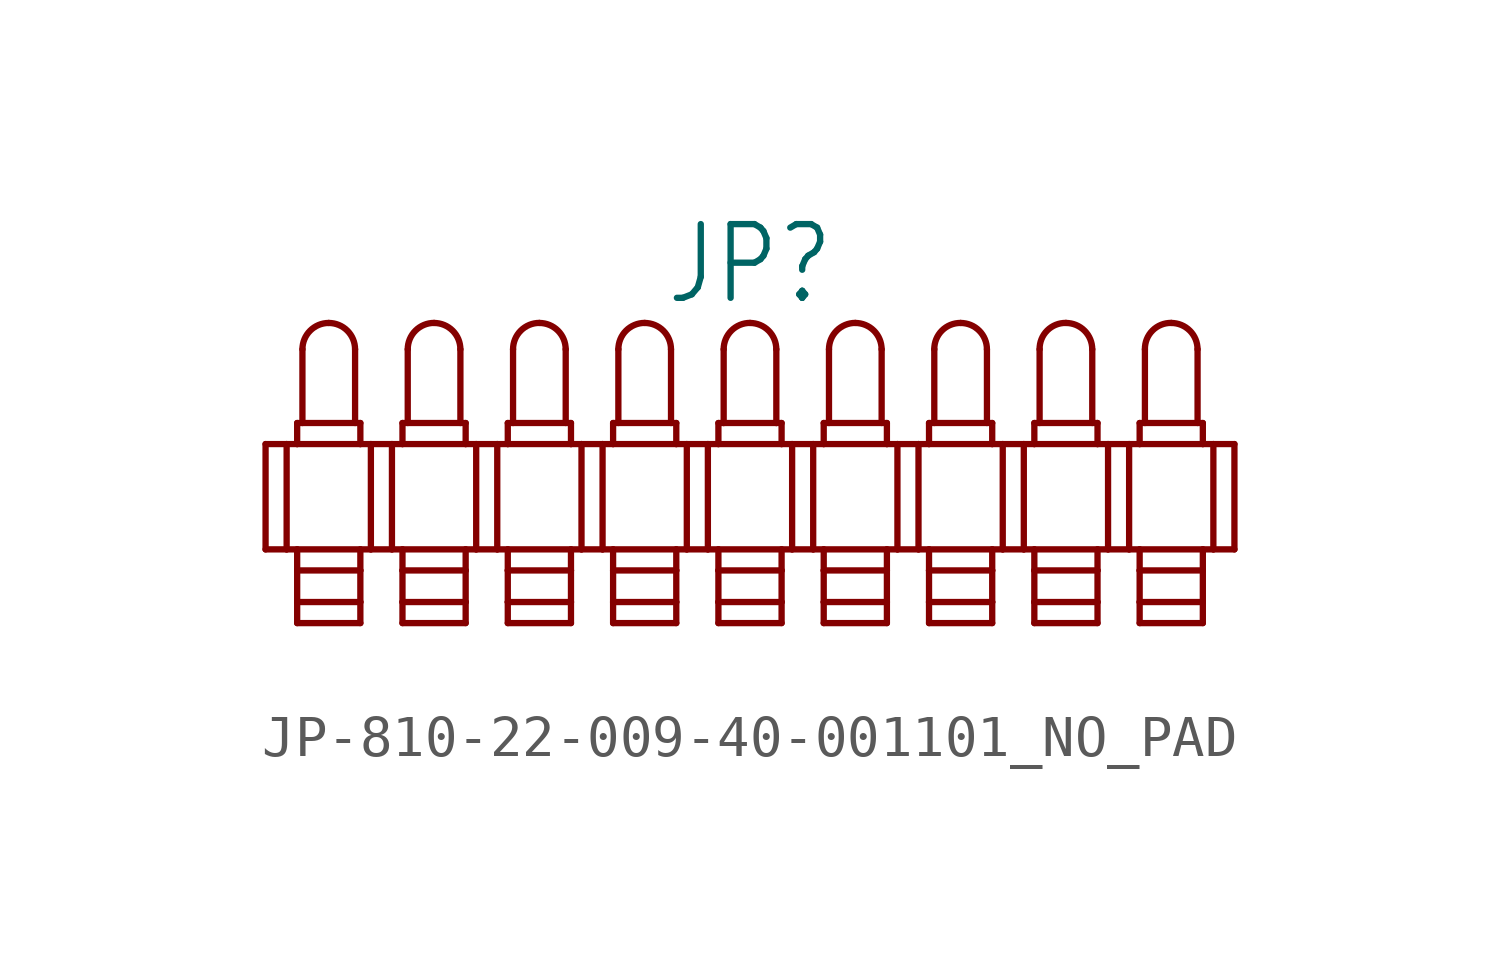
<source format=kicad_sym>
(kicad_symbol_lib
  (version 20231120)
  (generator "kicad_symbol_editor")
  (generator_version "8.0")
  (symbol "JP-810-22-009-40-001101_NO_PAD"
    (property "Reference" "JP"
      (at 0 4.572 0)
      (effects (font (size 1.778 1.511)) (justify bottom)))
    (property "Value" ""
      (at 0 -3.302 0)
      (effects (font (size 1.778 1.511)) (justify top)))
    (property "ki_locked" ""
      (at 0 0 0)
      (effects (font (size 1.27 1.27))))
    (symbol "JP-810-22-009-40-001101_NO_PAD_1_0"
      (arc (start -10.16 4.191) (mid -10.609 4.005) (end -10.795 3.556) (stroke (width 0.1524) (type solid)) (fill (type none)))
      (arc (start -9.525 3.556) (mid -9.711 4.005) (end -10.16 4.191) (stroke (width 0.1524) (type solid)) (fill (type none)))
      (arc (start -7.62 4.191) (mid -8.069 4.005) (end -8.255 3.556) (stroke (width 0.1524) (type solid)) (fill (type none)))
      (arc (start -6.985 3.556) (mid -7.171 4.005) (end -7.62 4.191) (stroke (width 0.1524) (type solid)) (fill (type none)))
      (arc (start -5.08 4.191) (mid -5.529 4.005) (end -5.715 3.556) (stroke (width 0.1524) (type solid)) (fill (type none)))
      (arc (start -4.445 3.556) (mid -4.631 4.005) (end -5.08 4.191) (stroke (width 0.1524) (type solid)) (fill (type none)))
      (arc (start -2.54 4.191) (mid -2.989 4.005) (end -3.175 3.556) (stroke (width 0.1524) (type solid)) (fill (type none)))
      (arc (start -1.905 3.556) (mid -2.091 4.005) (end -2.54 4.191) (stroke (width 0.1524) (type solid)) (fill (type none)))
      (polyline (pts (xy -11.684 -1.27) (xy -11.684 1.27)) (stroke (width 0.152) (type solid)) (fill (type none)))
      (polyline (pts (xy -11.684 -1.27) (xy -11.176 -1.27)) (stroke (width 0.152) (type solid)) (fill (type none)))
      (polyline (pts (xy -11.684 1.27) (xy -11.176 1.27)) (stroke (width 0.152) (type solid)) (fill (type none)))
      (polyline (pts (xy -11.176 -1.27) (xy -10.922 -1.27)) (stroke (width 0.152) (type solid)) (fill (type none)))
      (polyline (pts (xy -11.176 1.27) (xy -11.176 -1.27)) (stroke (width 0.152) (type solid)) (fill (type none)))
      (polyline (pts (xy -10.922 -3.048) (xy -9.398 -3.048)) (stroke (width 0.152) (type solid)) (fill (type none)))
      (polyline (pts (xy -10.922 -2.54) (xy -10.922 -3.048)) (stroke (width 0.152) (type solid)) (fill (type none)))
      (polyline (pts (xy -10.922 -2.54) (xy -9.398 -2.54)) (stroke (width 0.152) (type solid)) (fill (type none)))
      (polyline (pts (xy -10.922 -1.778) (xy -10.922 -2.54)) (stroke (width 0.152) (type solid)) (fill (type none)))
      (polyline (pts (xy -10.922 -1.778) (xy -9.398 -1.778)) (stroke (width 0.152) (type solid)) (fill (type none)))
      (polyline (pts (xy -10.922 -1.27) (xy -10.922 -1.778)) (stroke (width 0.152) (type solid)) (fill (type none)))
      (polyline (pts (xy -10.922 -1.27) (xy -9.398 -1.27)) (stroke (width 0.152) (type solid)) (fill (type none)))
      (polyline (pts (xy -10.922 1.27) (xy -11.176 1.27)) (stroke (width 0.152) (type solid)) (fill (type none)))
      (polyline (pts (xy -10.922 1.27) (xy -10.922 1.778)) (stroke (width 0.152) (type solid)) (fill (type none)))
      (polyline (pts (xy -10.922 1.778) (xy -9.398 1.778)) (stroke (width 0.152) (type solid)) (fill (type none)))
      (polyline (pts (xy -10.795 1.778) (xy -10.795 3.556)) (stroke (width 0.152) (type solid)) (fill (type none)))
      (polyline (pts (xy -9.525 1.778) (xy -9.525 3.556)) (stroke (width 0.152) (type solid)) (fill (type none)))
      (polyline (pts (xy -9.398 -3.048) (xy -9.398 -2.54)) (stroke (width 0.152) (type solid)) (fill (type none)))
      (polyline (pts (xy -9.398 -2.54) (xy -9.398 -1.778)) (stroke (width 0.152) (type solid)) (fill (type none)))
      (polyline (pts (xy -9.398 -1.778) (xy -9.398 -1.27)) (stroke (width 0.152) (type solid)) (fill (type none)))
      (polyline (pts (xy -9.398 -1.27) (xy -9.144 -1.27)) (stroke (width 0.152) (type solid)) (fill (type none)))
      (polyline (pts (xy -9.398 1.27) (xy -10.922 1.27)) (stroke (width 0.152) (type solid)) (fill (type none)))
      (polyline (pts (xy -9.398 1.778) (xy -9.398 1.27)) (stroke (width 0.152) (type solid)) (fill (type none)))
      (polyline (pts (xy -9.144 -1.27) (xy -9.144 1.27)) (stroke (width 0.152) (type solid)) (fill (type none)))
      (polyline (pts (xy -9.144 -1.27) (xy -8.636 -1.27)) (stroke (width 0.152) (type solid)) (fill (type none)))
      (polyline (pts (xy -9.144 1.27) (xy -9.398 1.27)) (stroke (width 0.152) (type solid)) (fill (type none)))
      (polyline (pts (xy -9.144 1.27) (xy -8.636 1.27)) (stroke (width 0.152) (type solid)) (fill (type none)))
      (polyline (pts (xy -8.636 -1.27) (xy -8.382 -1.27)) (stroke (width 0.152) (type solid)) (fill (type none)))
      (polyline (pts (xy -8.636 1.27) (xy -8.636 -1.27)) (stroke (width 0.152) (type solid)) (fill (type none)))
      (polyline (pts (xy -8.382 -3.048) (xy -6.858 -3.048)) (stroke (width 0.152) (type solid)) (fill (type none)))
      (polyline (pts (xy -8.382 -2.54) (xy -8.382 -3.048)) (stroke (width 0.152) (type solid)) (fill (type none)))
      (polyline (pts (xy -8.382 -2.54) (xy -6.858 -2.54)) (stroke (width 0.152) (type solid)) (fill (type none)))
      (polyline (pts (xy -8.382 -1.778) (xy -8.382 -2.54)) (stroke (width 0.152) (type solid)) (fill (type none)))
      (polyline (pts (xy -8.382 -1.778) (xy -6.858 -1.778)) (stroke (width 0.152) (type solid)) (fill (type none)))
      (polyline (pts (xy -8.382 -1.27) (xy -8.382 -1.778)) (stroke (width 0.152) (type solid)) (fill (type none)))
      (polyline (pts (xy -8.382 -1.27) (xy -6.858 -1.27)) (stroke (width 0.152) (type solid)) (fill (type none)))
      (polyline (pts (xy -8.382 1.27) (xy -8.636 1.27)) (stroke (width 0.152) (type solid)) (fill (type none)))
      (polyline (pts (xy -8.382 1.27) (xy -8.382 1.778)) (stroke (width 0.152) (type solid)) (fill (type none)))
      (polyline (pts (xy -8.382 1.778) (xy -6.858 1.778)) (stroke (width 0.152) (type solid)) (fill (type none)))
      (polyline (pts (xy -8.255 1.778) (xy -8.255 3.556)) (stroke (width 0.152) (type solid)) (fill (type none)))
      (polyline (pts (xy -6.985 1.778) (xy -6.985 3.556)) (stroke (width 0.152) (type solid)) (fill (type none)))
      (polyline (pts (xy -6.858 -3.048) (xy -6.858 -2.54)) (stroke (width 0.152) (type solid)) (fill (type none)))
      (polyline (pts (xy -6.858 -2.54) (xy -6.858 -1.778)) (stroke (width 0.152) (type solid)) (fill (type none)))
      (polyline (pts (xy -6.858 -1.778) (xy -6.858 -1.27)) (stroke (width 0.152) (type solid)) (fill (type none)))
      (polyline (pts (xy -6.858 -1.27) (xy -6.604 -1.27)) (stroke (width 0.152) (type solid)) (fill (type none)))
      (polyline (pts (xy -6.858 1.27) (xy -8.382 1.27)) (stroke (width 0.152) (type solid)) (fill (type none)))
      (polyline (pts (xy -6.858 1.778) (xy -6.858 1.27)) (stroke (width 0.152) (type solid)) (fill (type none)))
      (polyline (pts (xy -6.604 -1.27) (xy -6.604 1.27)) (stroke (width 0.152) (type solid)) (fill (type none)))
      (polyline (pts (xy -6.604 -1.27) (xy -6.096 -1.27)) (stroke (width 0.152) (type solid)) (fill (type none)))
      (polyline (pts (xy -6.604 1.27) (xy -6.858 1.27)) (stroke (width 0.152) (type solid)) (fill (type none)))
      (polyline (pts (xy -6.604 1.27) (xy -6.096 1.27)) (stroke (width 0.152) (type solid)) (fill (type none)))
      (polyline (pts (xy -6.096 -1.27) (xy -5.842 -1.27)) (stroke (width 0.152) (type solid)) (fill (type none)))
      (polyline (pts (xy -6.096 1.27) (xy -6.096 -1.27)) (stroke (width 0.152) (type solid)) (fill (type none)))
      (polyline (pts (xy -5.842 -3.048) (xy -4.318 -3.048)) (stroke (width 0.152) (type solid)) (fill (type none)))
      (polyline (pts (xy -5.842 -2.54) (xy -5.842 -3.048)) (stroke (width 0.152) (type solid)) (fill (type none)))
      (polyline (pts (xy -5.842 -2.54) (xy -4.318 -2.54)) (stroke (width 0.152) (type solid)) (fill (type none)))
      (polyline (pts (xy -5.842 -1.778) (xy -5.842 -2.54)) (stroke (width 0.152) (type solid)) (fill (type none)))
      (polyline (pts (xy -5.842 -1.778) (xy -4.318 -1.778)) (stroke (width 0.152) (type solid)) (fill (type none)))
      (polyline (pts (xy -5.842 -1.27) (xy -5.842 -1.778)) (stroke (width 0.152) (type solid)) (fill (type none)))
      (polyline (pts (xy -5.842 -1.27) (xy -4.318 -1.27)) (stroke (width 0.152) (type solid)) (fill (type none)))
      (polyline (pts (xy -5.842 1.27) (xy -6.096 1.27)) (stroke (width 0.152) (type solid)) (fill (type none)))
      (polyline (pts (xy -5.842 1.27) (xy -5.842 1.778)) (stroke (width 0.152) (type solid)) (fill (type none)))
      (polyline (pts (xy -5.842 1.778) (xy -4.318 1.778)) (stroke (width 0.152) (type solid)) (fill (type none)))
      (polyline (pts (xy -5.715 1.778) (xy -5.715 3.556)) (stroke (width 0.152) (type solid)) (fill (type none)))
      (polyline (pts (xy -4.445 1.778) (xy -4.445 3.556)) (stroke (width 0.152) (type solid)) (fill (type none)))
      (polyline (pts (xy -4.318 -3.048) (xy -4.318 -2.54)) (stroke (width 0.152) (type solid)) (fill (type none)))
      (polyline (pts (xy -4.318 -2.54) (xy -4.318 -1.778)) (stroke (width 0.152) (type solid)) (fill (type none)))
      (polyline (pts (xy -4.318 -1.778) (xy -4.318 -1.27)) (stroke (width 0.152) (type solid)) (fill (type none)))
      (polyline (pts (xy -4.318 -1.27) (xy -4.064 -1.27)) (stroke (width 0.152) (type solid)) (fill (type none)))
      (polyline (pts (xy -4.318 1.27) (xy -5.842 1.27)) (stroke (width 0.152) (type solid)) (fill (type none)))
      (polyline (pts (xy -4.318 1.778) (xy -4.318 1.27)) (stroke (width 0.152) (type solid)) (fill (type none)))
      (polyline (pts (xy -4.064 -1.27) (xy -4.064 1.27)) (stroke (width 0.152) (type solid)) (fill (type none)))
      (polyline (pts (xy -4.064 -1.27) (xy -3.556 -1.27)) (stroke (width 0.152) (type solid)) (fill (type none)))
      (polyline (pts (xy -4.064 1.27) (xy -4.318 1.27)) (stroke (width 0.152) (type solid)) (fill (type none)))
      (polyline (pts (xy -4.064 1.27) (xy -3.556 1.27)) (stroke (width 0.152) (type solid)) (fill (type none)))
      (polyline (pts (xy -3.556 -1.27) (xy -3.302 -1.27)) (stroke (width 0.152) (type solid)) (fill (type none)))
      (polyline (pts (xy -3.556 1.27) (xy -3.556 -1.27)) (stroke (width 0.152) (type solid)) (fill (type none)))
      (polyline (pts (xy -3.302 -3.048) (xy -1.778 -3.048)) (stroke (width 0.152) (type solid)) (fill (type none)))
      (polyline (pts (xy -3.302 -2.54) (xy -3.302 -3.048)) (stroke (width 0.152) (type solid)) (fill (type none)))
      (polyline (pts (xy -3.302 -2.54) (xy -1.778 -2.54)) (stroke (width 0.152) (type solid)) (fill (type none)))
      (polyline (pts (xy -3.302 -1.778) (xy -3.302 -2.54)) (stroke (width 0.152) (type solid)) (fill (type none)))
      (polyline (pts (xy -3.302 -1.778) (xy -1.778 -1.778)) (stroke (width 0.152) (type solid)) (fill (type none)))
      (polyline (pts (xy -3.302 -1.27) (xy -3.302 -1.778)) (stroke (width 0.152) (type solid)) (fill (type none)))
      (polyline (pts (xy -3.302 -1.27) (xy -1.778 -1.27)) (stroke (width 0.152) (type solid)) (fill (type none)))
      (polyline (pts (xy -3.302 1.27) (xy -3.556 1.27)) (stroke (width 0.152) (type solid)) (fill (type none)))
      (polyline (pts (xy -3.302 1.27) (xy -3.302 1.778)) (stroke (width 0.152) (type solid)) (fill (type none)))
      (polyline (pts (xy -3.302 1.778) (xy -1.778 1.778)) (stroke (width 0.152) (type solid)) (fill (type none)))
      (polyline (pts (xy -3.175 1.778) (xy -3.175 3.556)) (stroke (width 0.152) (type solid)) (fill (type none)))
      (polyline (pts (xy -1.905 1.778) (xy -1.905 3.556)) (stroke (width 0.152) (type solid)) (fill (type none)))
      (polyline (pts (xy -1.778 -3.048) (xy -1.778 -2.54)) (stroke (width 0.152) (type solid)) (fill (type none)))
      (polyline (pts (xy -1.778 -2.54) (xy -1.778 -1.778)) (stroke (width 0.152) (type solid)) (fill (type none)))
      (polyline (pts (xy -1.778 -1.778) (xy -1.778 -1.27)) (stroke (width 0.152) (type solid)) (fill (type none)))
      (polyline (pts (xy -1.778 -1.27) (xy -1.524 -1.27)) (stroke (width 0.152) (type solid)) (fill (type none)))
      (polyline (pts (xy -1.778 1.27) (xy -3.302 1.27)) (stroke (width 0.152) (type solid)) (fill (type none)))
      (polyline (pts (xy -1.778 1.778) (xy -1.778 1.27)) (stroke (width 0.152) (type solid)) (fill (type none)))
      (polyline (pts (xy -1.524 -1.27) (xy -1.524 1.27)) (stroke (width 0.152) (type solid)) (fill (type none)))
      (polyline (pts (xy -1.524 -1.27) (xy -1.016 -1.27)) (stroke (width 0.152) (type solid)) (fill (type none)))
      (polyline (pts (xy -1.524 1.27) (xy -1.778 1.27)) (stroke (width 0.152) (type solid)) (fill (type none)))
      (polyline (pts (xy -1.524 1.27) (xy -1.016 1.27)) (stroke (width 0.152) (type solid)) (fill (type none)))
      (polyline (pts (xy -1.016 -1.27) (xy -0.762 -1.27)) (stroke (width 0.152) (type solid)) (fill (type none)))
      (polyline (pts (xy -1.016 1.27) (xy -1.016 -1.27)) (stroke (width 0.152) (type solid)) (fill (type none)))
      (polyline (pts (xy -0.762 -3.048) (xy 0.762 -3.048)) (stroke (width 0.152) (type solid)) (fill (type none)))
      (polyline (pts (xy -0.762 -2.54) (xy -0.762 -3.048)) (stroke (width 0.152) (type solid)) (fill (type none)))
      (polyline (pts (xy -0.762 -2.54) (xy 0.762 -2.54)) (stroke (width 0.152) (type solid)) (fill (type none)))
      (polyline (pts (xy -0.762 -1.778) (xy -0.762 -2.54)) (stroke (width 0.152) (type solid)) (fill (type none)))
      (polyline (pts (xy -0.762 -1.778) (xy 0.762 -1.778)) (stroke (width 0.152) (type solid)) (fill (type none)))
      (polyline (pts (xy -0.762 -1.27) (xy -0.762 -1.778)) (stroke (width 0.152) (type solid)) (fill (type none)))
      (polyline (pts (xy -0.762 -1.27) (xy 0.762 -1.27)) (stroke (width 0.152) (type solid)) (fill (type none)))
      (polyline (pts (xy -0.762 1.27) (xy -1.016 1.27)) (stroke (width 0.152) (type solid)) (fill (type none)))
      (polyline (pts (xy -0.762 1.27) (xy -0.762 1.778)) (stroke (width 0.152) (type solid)) (fill (type none)))
      (polyline (pts (xy -0.762 1.778) (xy -0.635 1.778)) (stroke (width 0.152) (type solid)) (fill (type none)))
      (polyline (pts (xy -0.635 1.778) (xy -0.635 3.556)) (stroke (width 0.152) (type solid)) (fill (type none)))
      (polyline (pts (xy -0.635 1.778) (xy 0.635 1.778)) (stroke (width 0.152) (type solid)) (fill (type none)))
      (polyline (pts (xy 0.635 1.778) (xy 0.635 3.556)) (stroke (width 0.152) (type solid)) (fill (type none)))
      (polyline (pts (xy 0.635 1.778) (xy 0.762 1.778)) (stroke (width 0.152) (type solid)) (fill (type none)))
      (polyline (pts (xy 0.762 -3.048) (xy 0.762 -2.54)) (stroke (width 0.152) (type solid)) (fill (type none)))
      (polyline (pts (xy 0.762 -2.54) (xy 0.762 -1.778)) (stroke (width 0.152) (type solid)) (fill (type none)))
      (polyline (pts (xy 0.762 -1.778) (xy 0.762 -1.27)) (stroke (width 0.152) (type solid)) (fill (type none)))
      (polyline (pts (xy 0.762 -1.27) (xy 1.016 -1.27)) (stroke (width 0.152) (type solid)) (fill (type none)))
      (polyline (pts (xy 0.762 1.27) (xy -0.762 1.27)) (stroke (width 0.152) (type solid)) (fill (type none)))
      (polyline (pts (xy 0.762 1.778) (xy 0.762 1.27)) (stroke (width 0.152) (type solid)) (fill (type none)))
      (polyline (pts (xy 1.016 -1.27) (xy 1.016 1.27)) (stroke (width 0.152) (type solid)) (fill (type none)))
      (polyline (pts (xy 1.016 -1.27) (xy 1.524 -1.27)) (stroke (width 0.152) (type solid)) (fill (type none)))
      (polyline (pts (xy 1.016 1.27) (xy 0.762 1.27)) (stroke (width 0.152) (type solid)) (fill (type none)))
      (polyline (pts (xy 1.016 1.27) (xy 1.524 1.27)) (stroke (width 0.152) (type solid)) (fill (type none)))
      (polyline (pts (xy 1.524 -1.27) (xy 1.778 -1.27)) (stroke (width 0.152) (type solid)) (fill (type none)))
      (polyline (pts (xy 1.524 1.27) (xy 1.524 -1.27)) (stroke (width 0.152) (type solid)) (fill (type none)))
      (polyline (pts (xy 1.778 -3.048) (xy 3.302 -3.048)) (stroke (width 0.152) (type solid)) (fill (type none)))
      (polyline (pts (xy 1.778 -2.54) (xy 1.778 -3.048)) (stroke (width 0.152) (type solid)) (fill (type none)))
      (polyline (pts (xy 1.778 -2.54) (xy 3.302 -2.54)) (stroke (width 0.152) (type solid)) (fill (type none)))
      (polyline (pts (xy 1.778 -1.778) (xy 1.778 -2.54)) (stroke (width 0.152) (type solid)) (fill (type none)))
      (polyline (pts (xy 1.778 -1.778) (xy 3.302 -1.778)) (stroke (width 0.152) (type solid)) (fill (type none)))
      (polyline (pts (xy 1.778 -1.27) (xy 1.778 -1.778)) (stroke (width 0.152) (type solid)) (fill (type none)))
      (polyline (pts (xy 1.778 -1.27) (xy 3.302 -1.27)) (stroke (width 0.152) (type solid)) (fill (type none)))
      (polyline (pts (xy 1.778 1.27) (xy 1.524 1.27)) (stroke (width 0.152) (type solid)) (fill (type none)))
      (polyline (pts (xy 1.778 1.27) (xy 1.778 1.778)) (stroke (width 0.152) (type solid)) (fill (type none)))
      (polyline (pts (xy 1.778 1.778) (xy 3.302 1.778)) (stroke (width 0.152) (type solid)) (fill (type none)))
      (polyline (pts (xy 1.905 1.778) (xy 1.905 3.556)) (stroke (width 0.152) (type solid)) (fill (type none)))
      (polyline (pts (xy 3.175 1.778) (xy 3.175 3.556)) (stroke (width 0.152) (type solid)) (fill (type none)))
      (polyline (pts (xy 3.302 -3.048) (xy 3.302 -2.54)) (stroke (width 0.152) (type solid)) (fill (type none)))
      (polyline (pts (xy 3.302 -2.54) (xy 3.302 -1.778)) (stroke (width 0.152) (type solid)) (fill (type none)))
      (polyline (pts (xy 3.302 -1.778) (xy 3.302 -1.27)) (stroke (width 0.152) (type solid)) (fill (type none)))
      (polyline (pts (xy 3.302 -1.27) (xy 3.556 -1.27)) (stroke (width 0.152) (type solid)) (fill (type none)))
      (polyline (pts (xy 3.302 1.27) (xy 1.778 1.27)) (stroke (width 0.152) (type solid)) (fill (type none)))
      (polyline (pts (xy 3.302 1.778) (xy 3.302 1.27)) (stroke (width 0.152) (type solid)) (fill (type none)))
      (polyline (pts (xy 3.556 -1.27) (xy 3.556 1.27)) (stroke (width 0.152) (type solid)) (fill (type none)))
      (polyline (pts (xy 3.556 -1.27) (xy 4.064 -1.27)) (stroke (width 0.152) (type solid)) (fill (type none)))
      (polyline (pts (xy 3.556 1.27) (xy 3.302 1.27)) (stroke (width 0.152) (type solid)) (fill (type none)))
      (polyline (pts (xy 3.556 1.27) (xy 4.064 1.27)) (stroke (width 0.152) (type solid)) (fill (type none)))
      (polyline (pts (xy 4.064 -1.27) (xy 4.318 -1.27)) (stroke (width 0.152) (type solid)) (fill (type none)))
      (polyline (pts (xy 4.064 1.27) (xy 4.064 -1.27)) (stroke (width 0.152) (type solid)) (fill (type none)))
      (polyline (pts (xy 4.318 -3.048) (xy 5.842 -3.048)) (stroke (width 0.152) (type solid)) (fill (type none)))
      (polyline (pts (xy 4.318 -2.54) (xy 4.318 -3.048)) (stroke (width 0.152) (type solid)) (fill (type none)))
      (polyline (pts (xy 4.318 -2.54) (xy 5.842 -2.54)) (stroke (width 0.152) (type solid)) (fill (type none)))
      (polyline (pts (xy 4.318 -1.778) (xy 4.318 -2.54)) (stroke (width 0.152) (type solid)) (fill (type none)))
      (polyline (pts (xy 4.318 -1.778) (xy 5.842 -1.778)) (stroke (width 0.152) (type solid)) (fill (type none)))
      (polyline (pts (xy 4.318 -1.27) (xy 4.318 -1.778)) (stroke (width 0.152) (type solid)) (fill (type none)))
      (polyline (pts (xy 4.318 -1.27) (xy 5.842 -1.27)) (stroke (width 0.152) (type solid)) (fill (type none)))
      (polyline (pts (xy 4.318 1.27) (xy 4.064 1.27)) (stroke (width 0.152) (type solid)) (fill (type none)))
      (polyline (pts (xy 4.318 1.27) (xy 4.318 1.778)) (stroke (width 0.152) (type solid)) (fill (type none)))
      (polyline (pts (xy 4.318 1.778) (xy 5.842 1.778)) (stroke (width 0.152) (type solid)) (fill (type none)))
      (polyline (pts (xy 4.445 1.778) (xy 4.445 3.556)) (stroke (width 0.152) (type solid)) (fill (type none)))
      (polyline (pts (xy 5.715 1.778) (xy 5.715 3.556)) (stroke (width 0.152) (type solid)) (fill (type none)))
      (polyline (pts (xy 5.842 -3.048) (xy 5.842 -2.54)) (stroke (width 0.152) (type solid)) (fill (type none)))
      (polyline (pts (xy 5.842 -2.54) (xy 5.842 -1.778)) (stroke (width 0.152) (type solid)) (fill (type none)))
      (polyline (pts (xy 5.842 -1.778) (xy 5.842 -1.27)) (stroke (width 0.152) (type solid)) (fill (type none)))
      (polyline (pts (xy 5.842 -1.27) (xy 6.096 -1.27)) (stroke (width 0.152) (type solid)) (fill (type none)))
      (polyline (pts (xy 5.842 1.27) (xy 4.318 1.27)) (stroke (width 0.152) (type solid)) (fill (type none)))
      (polyline (pts (xy 5.842 1.778) (xy 5.842 1.27)) (stroke (width 0.152) (type solid)) (fill (type none)))
      (polyline (pts (xy 6.096 -1.27) (xy 6.096 1.27)) (stroke (width 0.152) (type solid)) (fill (type none)))
      (polyline (pts (xy 6.096 -1.27) (xy 6.604 -1.27)) (stroke (width 0.152) (type solid)) (fill (type none)))
      (polyline (pts (xy 6.096 1.27) (xy 5.842 1.27)) (stroke (width 0.152) (type solid)) (fill (type none)))
      (polyline (pts (xy 6.096 1.27) (xy 6.604 1.27)) (stroke (width 0.152) (type solid)) (fill (type none)))
      (polyline (pts (xy 6.604 -1.27) (xy 6.858 -1.27)) (stroke (width 0.152) (type solid)) (fill (type none)))
      (polyline (pts (xy 6.604 1.27) (xy 6.604 -1.27)) (stroke (width 0.152) (type solid)) (fill (type none)))
      (polyline (pts (xy 6.858 -3.048) (xy 8.382 -3.048)) (stroke (width 0.152) (type solid)) (fill (type none)))
      (polyline (pts (xy 6.858 -2.54) (xy 6.858 -3.048)) (stroke (width 0.152) (type solid)) (fill (type none)))
      (polyline (pts (xy 6.858 -2.54) (xy 8.382 -2.54)) (stroke (width 0.152) (type solid)) (fill (type none)))
      (polyline (pts (xy 6.858 -1.778) (xy 6.858 -2.54)) (stroke (width 0.152) (type solid)) (fill (type none)))
      (polyline (pts (xy 6.858 -1.778) (xy 8.382 -1.778)) (stroke (width 0.152) (type solid)) (fill (type none)))
      (polyline (pts (xy 6.858 -1.27) (xy 6.858 -1.778)) (stroke (width 0.152) (type solid)) (fill (type none)))
      (polyline (pts (xy 6.858 -1.27) (xy 8.382 -1.27)) (stroke (width 0.152) (type solid)) (fill (type none)))
      (polyline (pts (xy 6.858 1.27) (xy 6.604 1.27)) (stroke (width 0.152) (type solid)) (fill (type none)))
      (polyline (pts (xy 6.858 1.27) (xy 6.858 1.778)) (stroke (width 0.152) (type solid)) (fill (type none)))
      (polyline (pts (xy 6.858 1.778) (xy 8.382 1.778)) (stroke (width 0.152) (type solid)) (fill (type none)))
      (polyline (pts (xy 6.985 1.778) (xy 6.985 3.556)) (stroke (width 0.152) (type solid)) (fill (type none)))
      (polyline (pts (xy 8.255 1.778) (xy 8.255 3.556)) (stroke (width 0.152) (type solid)) (fill (type none)))
      (polyline (pts (xy 8.382 -3.048) (xy 8.382 -2.54)) (stroke (width 0.152) (type solid)) (fill (type none)))
      (polyline (pts (xy 8.382 -2.54) (xy 8.382 -1.778)) (stroke (width 0.152) (type solid)) (fill (type none)))
      (polyline (pts (xy 8.382 -1.778) (xy 8.382 -1.27)) (stroke (width 0.152) (type solid)) (fill (type none)))
      (polyline (pts (xy 8.382 -1.27) (xy 8.636 -1.27)) (stroke (width 0.152) (type solid)) (fill (type none)))
      (polyline (pts (xy 8.382 1.27) (xy 6.858 1.27)) (stroke (width 0.152) (type solid)) (fill (type none)))
      (polyline (pts (xy 8.382 1.778) (xy 8.382 1.27)) (stroke (width 0.152) (type solid)) (fill (type none)))
      (polyline (pts (xy 8.636 -1.27) (xy 8.636 1.27)) (stroke (width 0.152) (type solid)) (fill (type none)))
      (polyline (pts (xy 8.636 -1.27) (xy 9.144 -1.27)) (stroke (width 0.152) (type solid)) (fill (type none)))
      (polyline (pts (xy 8.636 1.27) (xy 8.382 1.27)) (stroke (width 0.152) (type solid)) (fill (type none)))
      (polyline (pts (xy 8.636 1.27) (xy 9.144 1.27)) (stroke (width 0.152) (type solid)) (fill (type none)))
      (polyline (pts (xy 9.144 -1.27) (xy 9.398 -1.27)) (stroke (width 0.152) (type solid)) (fill (type none)))
      (polyline (pts (xy 9.144 1.27) (xy 9.144 -1.27)) (stroke (width 0.152) (type solid)) (fill (type none)))
      (polyline (pts (xy 9.398 -3.048) (xy 10.922 -3.048)) (stroke (width 0.152) (type solid)) (fill (type none)))
      (polyline (pts (xy 9.398 -2.54) (xy 9.398 -3.048)) (stroke (width 0.152) (type solid)) (fill (type none)))
      (polyline (pts (xy 9.398 -2.54) (xy 10.922 -2.54)) (stroke (width 0.152) (type solid)) (fill (type none)))
      (polyline (pts (xy 9.398 -1.778) (xy 9.398 -2.54)) (stroke (width 0.152) (type solid)) (fill (type none)))
      (polyline (pts (xy 9.398 -1.778) (xy 10.922 -1.778)) (stroke (width 0.152) (type solid)) (fill (type none)))
      (polyline (pts (xy 9.398 -1.27) (xy 9.398 -1.778)) (stroke (width 0.152) (type solid)) (fill (type none)))
      (polyline (pts (xy 9.398 -1.27) (xy 10.922 -1.27)) (stroke (width 0.152) (type solid)) (fill (type none)))
      (polyline (pts (xy 9.398 1.27) (xy 9.144 1.27)) (stroke (width 0.152) (type solid)) (fill (type none)))
      (polyline (pts (xy 9.398 1.27) (xy 9.398 1.778)) (stroke (width 0.152) (type solid)) (fill (type none)))
      (polyline (pts (xy 9.398 1.778) (xy 10.922 1.778)) (stroke (width 0.152) (type solid)) (fill (type none)))
      (polyline (pts (xy 9.525 1.778) (xy 9.525 3.556)) (stroke (width 0.152) (type solid)) (fill (type none)))
      (polyline (pts (xy 10.795 1.778) (xy 10.795 3.556)) (stroke (width 0.152) (type solid)) (fill (type none)))
      (polyline (pts (xy 10.922 -3.048) (xy 10.922 -2.54)) (stroke (width 0.152) (type solid)) (fill (type none)))
      (polyline (pts (xy 10.922 -2.54) (xy 10.922 -1.778)) (stroke (width 0.152) (type solid)) (fill (type none)))
      (polyline (pts (xy 10.922 -1.778) (xy 10.922 -1.27)) (stroke (width 0.152) (type solid)) (fill (type none)))
      (polyline (pts (xy 10.922 -1.27) (xy 11.176 -1.27)) (stroke (width 0.152) (type solid)) (fill (type none)))
      (polyline (pts (xy 10.922 1.27) (xy 9.398 1.27)) (stroke (width 0.152) (type solid)) (fill (type none)))
      (polyline (pts (xy 10.922 1.778) (xy 10.922 1.27)) (stroke (width 0.152) (type solid)) (fill (type none)))
      (polyline (pts (xy 11.176 -1.27) (xy 11.176 1.27)) (stroke (width 0.152) (type solid)) (fill (type none)))
      (polyline (pts (xy 11.176 -1.27) (xy 11.684 -1.27)) (stroke (width 0.152) (type solid)) (fill (type none)))
      (polyline (pts (xy 11.176 1.27) (xy 10.922 1.27)) (stroke (width 0.152) (type solid)) (fill (type none)))
      (polyline (pts (xy 11.176 1.27) (xy 11.684 1.27)) (stroke (width 0.152) (type solid)) (fill (type none)))
      (polyline (pts (xy 11.684 -1.27) (xy 11.684 1.27)) (stroke (width 0.152) (type solid)) (fill (type none)))
      (arc (start 0 4.191) (mid -0.449 4.005) (end -0.635 3.556) (stroke (width 0.1524) (type solid)) (fill (type none)))
      (arc (start 0.635 3.556) (mid 0.449 4.005) (end 0 4.191) (stroke (width 0.1524) (type solid)) (fill (type none)))
      (arc (start 2.54 4.191) (mid 2.091 4.005) (end 1.905 3.556) (stroke (width 0.1524) (type solid)) (fill (type none)))
      (arc (start 3.175 3.556) (mid 2.989 4.005) (end 2.54 4.191) (stroke (width 0.1524) (type solid)) (fill (type none)))
      (arc (start 5.08 4.191) (mid 4.631 4.005) (end 4.445 3.556) (stroke (width 0.1524) (type solid)) (fill (type none)))
      (arc (start 5.715 3.556) (mid 5.529 4.005) (end 5.08 4.191) (stroke (width 0.1524) (type solid)) (fill (type none)))
      (arc (start 7.62 4.191) (mid 7.171 4.005) (end 6.985 3.556) (stroke (width 0.1524) (type solid)) (fill (type none)))
      (arc (start 8.255 3.556) (mid 8.069 4.005) (end 7.62 4.191) (stroke (width 0.1524) (type solid)) (fill (type none)))
      (arc (start 10.16 4.191) (mid 9.711 4.005) (end 9.525 3.556) (stroke (width 0.1524) (type solid)) (fill (type none)))
      (arc (start 10.795 3.556) (mid 10.609 4.005) (end 10.16 4.191) (stroke (width 0.1524) (type solid)) (fill (type none))))))
</source>
